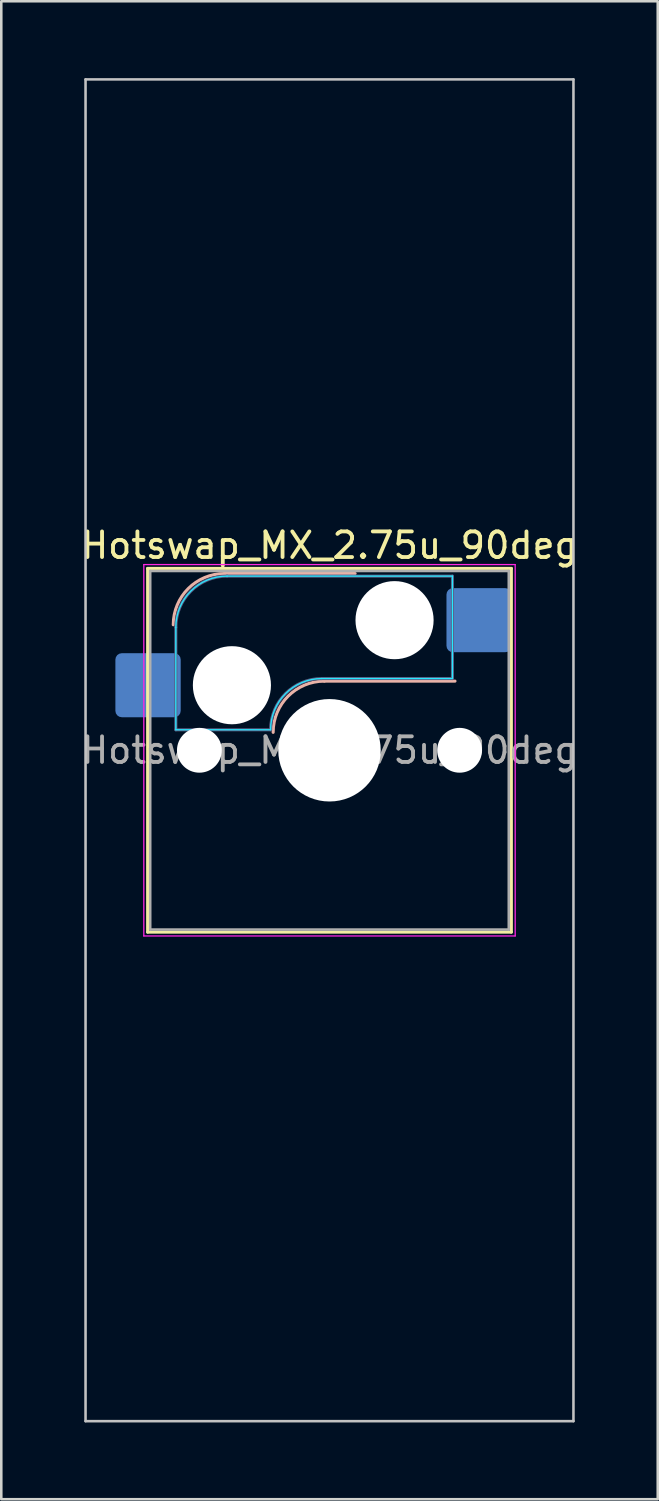
<source format=kicad_pcb>
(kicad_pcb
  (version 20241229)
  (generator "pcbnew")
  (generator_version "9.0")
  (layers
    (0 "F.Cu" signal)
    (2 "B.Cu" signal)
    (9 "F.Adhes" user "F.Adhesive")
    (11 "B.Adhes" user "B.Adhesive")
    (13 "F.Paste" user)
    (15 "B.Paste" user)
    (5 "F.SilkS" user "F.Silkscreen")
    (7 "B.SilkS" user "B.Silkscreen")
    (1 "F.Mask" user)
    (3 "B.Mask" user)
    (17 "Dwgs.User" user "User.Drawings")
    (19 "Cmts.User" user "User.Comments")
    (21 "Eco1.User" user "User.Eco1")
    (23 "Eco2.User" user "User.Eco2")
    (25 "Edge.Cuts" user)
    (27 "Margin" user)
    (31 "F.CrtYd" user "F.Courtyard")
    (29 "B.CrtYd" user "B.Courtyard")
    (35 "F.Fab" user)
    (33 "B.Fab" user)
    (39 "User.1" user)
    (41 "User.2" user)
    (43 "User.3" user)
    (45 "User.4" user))
  (footprint "Hotswap_MX_2.75u_90deg"
    (layer "F.Cu")
    (at 9.815 26.244)
    (property "Reference" "Hotswap_MX_2.75u_90deg" (at 0 -8 0) (layer "F.SilkS") (effects (font (size 1 1) (thickness 0.15))))
    (attr smd)
    (fp_line (start -7.1 -7.1) (end -7.1 7.1) (stroke (width 0.12) (type solid)) (layer "F.SilkS"))
    (fp_line (start -7.1 7.1) (end 7.1 7.1) (stroke (width 0.12) (type solid)) (layer "F.SilkS"))
    (fp_line (start 7.1 -7.1) (end -7.1 -7.1) (stroke (width 0.12) (type solid)) (layer "F.SilkS"))
    (fp_line (start 7.1 7.1) (end 7.1 -7.1) (stroke (width 0.12) (type solid)) (layer "F.SilkS"))
    (fp_line (start -4.1 -6.9) (end 1 -6.9) (stroke (width 0.12) (type solid)) (layer "B.SilkS"))
    (fp_line (start -0.2 -2.7) (end 4.9 -2.7) (stroke (width 0.12) (type solid)) (layer "B.SilkS"))
    (fp_arc (start -6.1 -4.9) (mid -5.514214 -6.314214) (end -4.1 -6.9) (stroke (width 0.12) (type solid)) (layer "B.SilkS"))
    (fp_arc (start -2.2 -0.7) (mid -1.614214 -2.114214) (end -0.2 -2.7) (stroke (width 0.12) (type solid)) (layer "B.SilkS"))
    (fp_line (start -9.525 -26.194) (end 9.525 -26.194) (stroke (width 0.1) (type solid)) (layer "Dwgs.User"))
    (fp_line (start -9.525 26.194) (end -9.525 -26.194) (stroke (width 0.1) (type solid)) (layer "Dwgs.User"))
    (fp_line (start 9.525 -26.194) (end 9.525 26.194) (stroke (width 0.1) (type solid)) (layer "Dwgs.User"))
    (fp_line (start 9.525 26.194) (end -9.525 26.194) (stroke (width 0.1) (type solid)) (layer "Dwgs.User"))
    (fp_line (start -7.8 -6) (end -7 -6) (stroke (width 0.1) (type solid)) (layer "Eco1.User"))
    (fp_line (start -7.8 -2.9) (end -7.8 -6) (stroke (width 0.1) (type solid)) (layer "Eco1.User"))
    (fp_line (start -7.8 2.9) (end -7 2.9) (stroke (width 0.1) (type solid)) (layer "Eco1.User"))
    (fp_line (start -7.8 6) (end -7.8 2.9) (stroke (width 0.1) (type solid)) (layer "Eco1.User"))
    (fp_line (start -7 -7) (end 7 -7) (stroke (width 0.1) (type solid)) (layer "Eco1.User"))
    (fp_line (start -7 -6) (end -7 -7) (stroke (width 0.1) (type solid)) (layer "Eco1.User"))
    (fp_line (start -7 -2.9) (end -7.8 -2.9) (stroke (width 0.1) (type solid)) (layer "Eco1.User"))
    (fp_line (start -7 2.9) (end -7 -2.9) (stroke (width 0.1) (type solid)) (layer "Eco1.User"))
    (fp_line (start -7 6) (end -7.8 6) (stroke (width 0.1) (type solid)) (layer "Eco1.User"))
    (fp_line (start -7 7) (end -7 6) (stroke (width 0.1) (type solid)) (layer "Eco1.User"))
    (fp_line (start 7 -7) (end 7 -6) (stroke (width 0.1) (type solid)) (layer "Eco1.User"))
    (fp_line (start 7 -6) (end 7.8 -6) (stroke (width 0.1) (type solid)) (layer "Eco1.User"))
    (fp_line (start 7 -2.9) (end 7 2.9) (stroke (width 0.1) (type solid)) (layer "Eco1.User"))
    (fp_line (start 7 2.9) (end 7.8 2.9) (stroke (width 0.1) (type solid)) (layer "Eco1.User"))
    (fp_line (start 7 6) (end 7 7) (stroke (width 0.1) (type solid)) (layer "Eco1.User"))
    (fp_line (start 7 7) (end -7 7) (stroke (width 0.1) (type solid)) (layer "Eco1.User"))
    (fp_line (start 7.8 -6) (end 7.8 -2.9) (stroke (width 0.1) (type solid)) (layer "Eco1.User"))
    (fp_line (start 7.8 -2.9) (end 7 -2.9) (stroke (width 0.1) (type solid)) (layer "Eco1.User"))
    (fp_line (start 7.8 2.9) (end 7.8 6) (stroke (width 0.1) (type solid)) (layer "Eco1.User"))
    (fp_line (start 7.8 6) (end 7 6) (stroke (width 0.1) (type solid)) (layer "Eco1.User"))
    (fp_line (start -6 -0.8) (end -6 -4.8) (stroke (width 0.05) (type solid)) (layer "B.CrtYd"))
    (fp_line (start -6 -0.8) (end -2.3 -0.8) (stroke (width 0.05) (type solid)) (layer "B.CrtYd"))
    (fp_line (start -4 -6.8) (end 4.8 -6.8) (stroke (width 0.05) (type solid)) (layer "B.CrtYd"))
    (fp_line (start -0.3 -2.8) (end 4.8 -2.8) (stroke (width 0.05) (type solid)) (layer "B.CrtYd"))
    (fp_line (start 4.8 -6.8) (end 4.8 -2.8) (stroke (width 0.05) (type solid)) (layer "B.CrtYd"))
    (fp_arc (start -6 -4.8) (mid -5.414214 -6.214214) (end -4 -6.8) (stroke (width 0.05) (type solid)) (layer "B.CrtYd"))
    (fp_arc (start -2.3 -0.8) (mid -1.714214 -2.214214) (end -0.3 -2.8) (stroke (width 0.05) (type solid)) (layer "B.CrtYd"))
    (fp_line (start -7.25 -7.25) (end -7.25 7.25) (stroke (width 0.05) (type solid)) (layer "F.CrtYd"))
    (fp_line (start -7.25 7.25) (end 7.25 7.25) (stroke (width 0.05) (type solid)) (layer "F.CrtYd"))
    (fp_line (start 7.25 -7.25) (end -7.25 -7.25) (stroke (width 0.05) (type solid)) (layer "F.CrtYd"))
    (fp_line (start 7.25 7.25) (end 7.25 -7.25) (stroke (width 0.05) (type solid)) (layer "F.CrtYd"))
    (fp_line (start -6 -0.8) (end -6 -4.8) (stroke (width 0.12) (type solid)) (layer "B.Fab"))
    (fp_line (start -6 -0.8) (end -2.3 -0.8) (stroke (width 0.12) (type solid)) (layer "B.Fab"))
    (fp_line (start -4 -6.8) (end 4.8 -6.8) (stroke (width 0.12) (type solid)) (layer "B.Fab"))
    (fp_line (start -0.3 -2.8) (end 4.8 -2.8) (stroke (width 0.12) (type solid)) (layer "B.Fab"))
    (fp_line (start 4.8 -6.8) (end 4.8 -2.8) (stroke (width 0.12) (type solid)) (layer "B.Fab"))
    (fp_arc (start -6 -4.8) (mid -5.414214 -6.214214) (end -4 -6.8) (stroke (width 0.12) (type solid)) (layer "B.Fab"))
    (fp_arc (start -2.3 -0.8) (mid -1.714214 -2.214214) (end -0.3 -2.8) (stroke (width 0.12) (type solid)) (layer "B.Fab"))
    (fp_line (start -7 -7) (end -7 7) (stroke (width 0.1) (type solid)) (layer "F.Fab"))
    (fp_line (start -7 7) (end 7 7) (stroke (width 0.1) (type solid)) (layer "F.Fab"))
    (fp_line (start 7 -7) (end -7 -7) (stroke (width 0.1) (type solid)) (layer "F.Fab"))
    (fp_line (start 7 7) (end 7 -7) (stroke (width 0.1) (type solid)) (layer "F.Fab"))
    (fp_text user "${REFERENCE}" (at 0 0 0) (layer "F.Fab") (effects (font (size 1 1) (thickness 0.15))))
    (pad "" np_thru_hole circle (at -5.08 0) (size 1.75 1.75) (drill 1.75) (layers "*.Cu" "*.Mask"))
    (pad "" np_thru_hole circle (at -3.81 -2.54) (size 3.05 3.05) (drill 3.05) (layers "*.Cu" "*.Mask"))
    (pad "" np_thru_hole circle (at 0 0) (size 4 4) (drill 4) (layers "*.Cu" "*.Mask"))
    (pad "" np_thru_hole circle (at 2.54 -5.08) (size 3.05 3.05) (drill 3.05) (layers "*.Cu" "*.Mask"))
    (pad "" np_thru_hole circle (at 5.08 0) (size 1.75 1.75) (drill 1.75) (layers "*.Cu" "*.Mask"))
    (pad "1" smd roundrect (at -7.085 -2.54) (size 2.55 2.5) (layers "B.Cu" "B.Mask" "B.Paste") (roundrect_rratio 0.1))
    (pad "2" smd roundrect (at 5.842 -5.08) (size 2.55 2.5) (layers "B.Cu" "B.Mask" "B.Paste") (roundrect_rratio 0.1)))
  (gr_rect
    (start -3 -3)
    (end 22.631 55.487)
    (stroke (width 0.1) (type default))
    (fill no)
    (layer "Edge.Cuts")))
</source>
